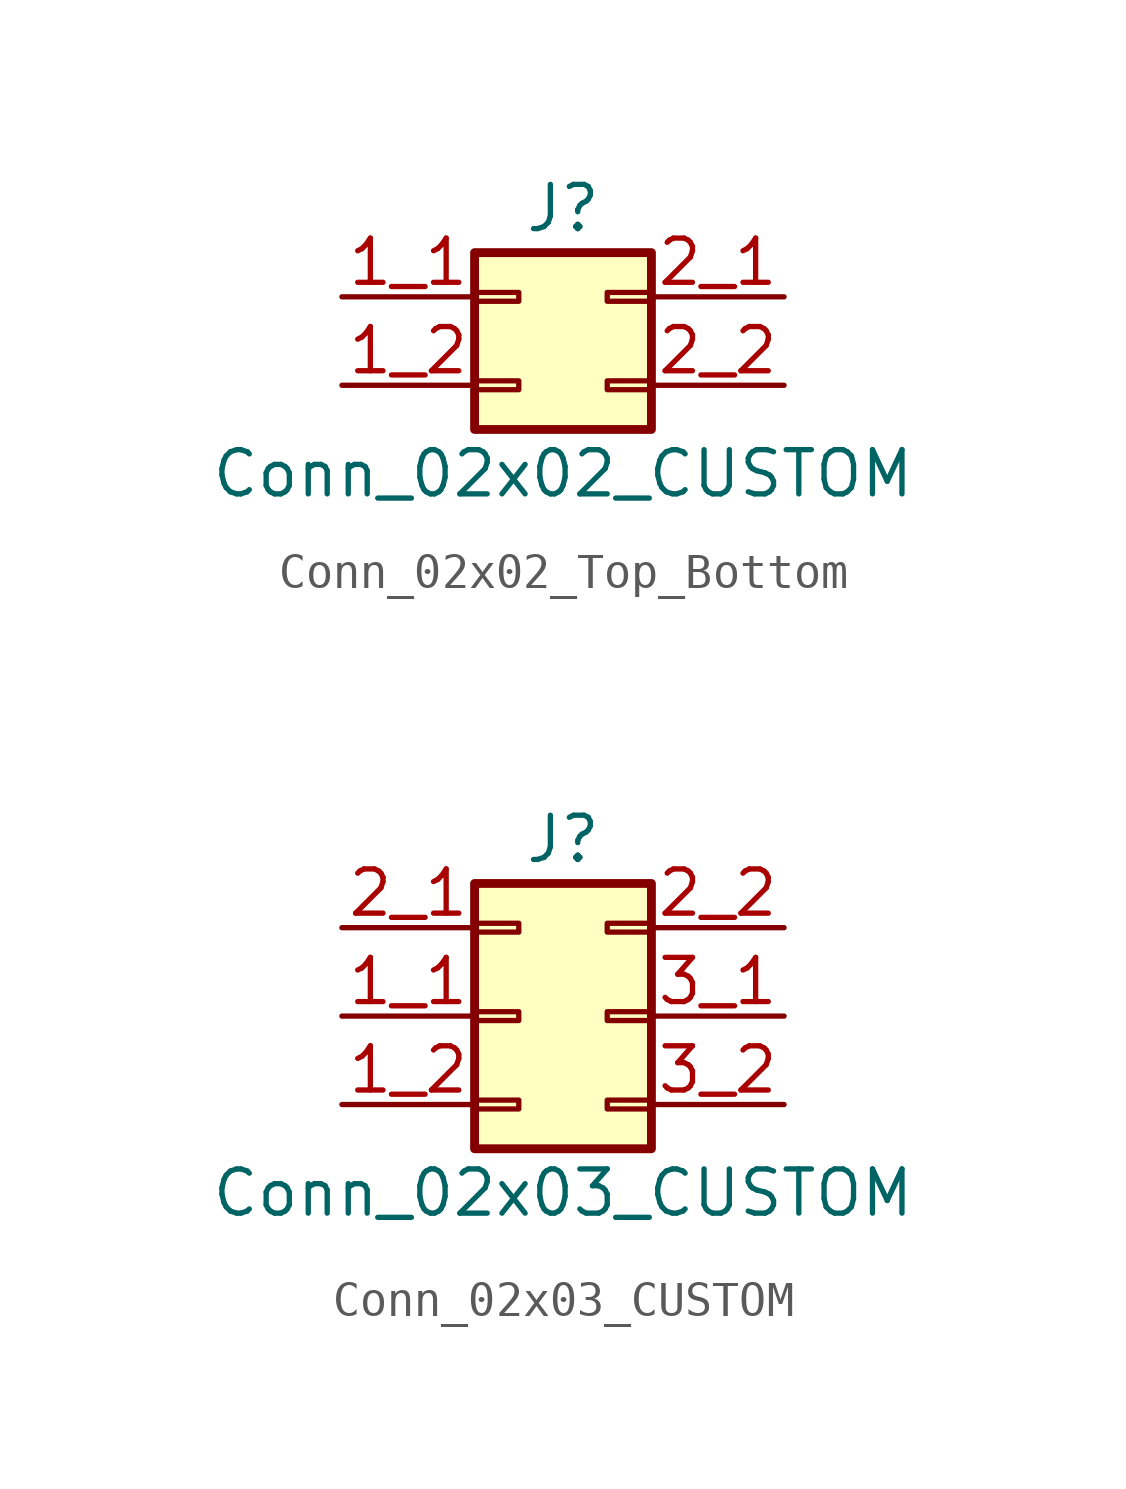
<source format=kicad_sym>
(kicad_symbol_lib
  (version 20241209)
  (generator "kicad_symbol_editor")
  (generator_version "9.0")
  (symbol "Conn_02x02_Top_Bottom"
    (pin_names
      (offset 1.016)
      (hide yes))
    (property "Reference" "J"
      (at 1.27 2.54 0)
      (effects (font (size 1.27 1.27))))
    (property "Value" "Conn_02x02_CUSTOM"
      (at 1.27 -5.08 0)
      (effects (font (size 1.27 1.27))))
    (symbol "Conn_02x02_Top_Bottom_1_1"
      (rectangle (start -1.27 1.27) (end 3.81 -3.81) (stroke (width 0.254) (type default)) (fill (type background)))
      (rectangle (start -1.27 0.127) (end 0 -0.127) (stroke (width 0.152) (type default)) (fill (type none)))
      (rectangle (start -1.27 -2.413) (end 0 -2.667) (stroke (width 0.152) (type default)) (fill (type none)))
      (rectangle (start 3.81 0.127) (end 2.54 -0.127) (stroke (width 0.152) (type default)) (fill (type none)))
      (rectangle (start 3.81 -2.413) (end 2.54 -2.667) (stroke (width 0.152) (type default)) (fill (type none)))
      (pin passive line (at -5.08 0 0) (length 3.81) (name "Pin_1" (effects (font (size 1.27 1.27)))) (number "1_1" (effects (font (size 1.27 1.27)))))
      (pin passive line (at -5.08 -2.54 0) (length 3.81) (name "Pin_2" (effects (font (size 1.27 1.27)))) (number "1_2" (effects (font (size 1.27 1.27)))))
      (pin passive line (at 7.62 0 180) (length 3.81) (name "Pin_3" (effects (font (size 1.27 1.27)))) (number "2_1" (effects (font (size 1.27 1.27)))))
      (pin passive line (at 7.62 -2.54 180) (length 3.81) (name "Pin_4" (effects (font (size 1.27 1.27)))) (number "2_2" (effects (font (size 1.27 1.27)))))))
  (symbol "Conn_02x03_CUSTOM"
    (pin_names
      (offset 1.016)
      (hide yes))
    (property "Reference" "J"
      (at 1.27 5.08 0)
      (effects (font (size 1.27 1.27))))
    (property "Value" "Conn_02x03_CUSTOM"
      (at 1.27 -5.08 0)
      (effects (font (size 1.27 1.27))))
    (symbol "Conn_02x03_CUSTOM_1_1"
      (rectangle (start -1.27 3.81) (end 3.81 -3.81) (stroke (width 0.254) (type default)) (fill (type background)))
      (rectangle (start -1.27 2.667) (end 0 2.413) (stroke (width 0.152) (type default)) (fill (type none)))
      (rectangle (start -1.27 0.127) (end 0 -0.127) (stroke (width 0.152) (type default)) (fill (type none)))
      (rectangle (start -1.27 -2.413) (end 0 -2.667) (stroke (width 0.152) (type default)) (fill (type none)))
      (rectangle (start 3.81 2.667) (end 2.54 2.413) (stroke (width 0.152) (type default)) (fill (type none)))
      (rectangle (start 3.81 0.127) (end 2.54 -0.127) (stroke (width 0.152) (type default)) (fill (type none)))
      (rectangle (start 3.81 -2.413) (end 2.54 -2.667) (stroke (width 0.152) (type default)) (fill (type none)))
      (pin passive line (at -5.08 2.54 0) (length 3.81) (name "2_1" (effects (font (size 1.27 1.27)))) (number "2_1" (effects (font (size 1.27 1.27)))))
      (pin passive line (at -5.08 0 0) (length 3.81) (name "Pin_1_1" (effects (font (size 1.27 1.27)))) (number "1_1" (effects (font (size 1.27 1.27)))))
      (pin passive line (at -5.08 -2.54 0) (length 3.81) (name "Pin_1_2" (effects (font (size 1.27 1.27)))) (number "1_2" (effects (font (size 1.27 1.27)))))
      (pin passive line (at 7.62 2.54 180) (length 3.81) (name "Pin_2_2" (effects (font (size 1.27 1.27)))) (number "2_2" (effects (font (size 1.27 1.27)))))
      (pin passive line (at 7.62 0 180) (length 3.81) (name "Pin_3_1" (effects (font (size 1.27 1.27)))) (number "3_1" (effects (font (size 1.27 1.27)))))
      (pin passive line (at 7.62 -2.54 180) (length 3.81) (name "Pin_3_2" (effects (font (size 1.27 1.27)))) (number "3_2" (effects (font (size 1.27 1.27))))))))
</source>
